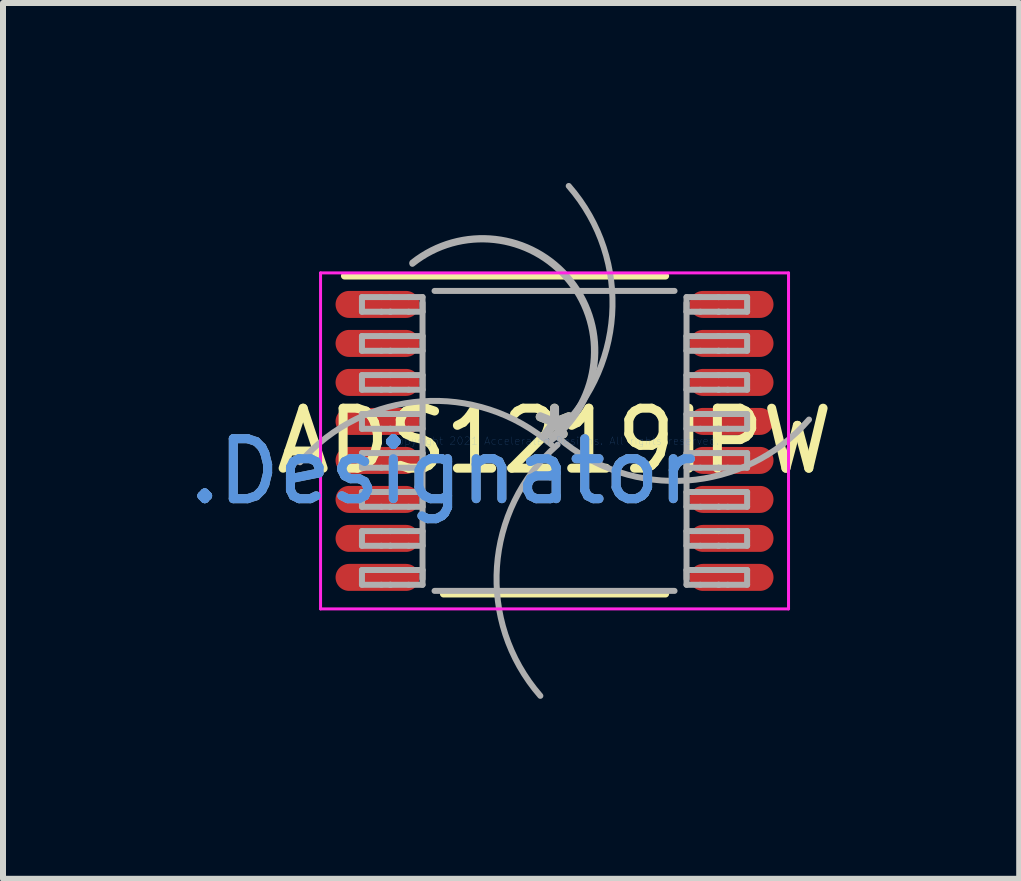
<source format=kicad_pcb>
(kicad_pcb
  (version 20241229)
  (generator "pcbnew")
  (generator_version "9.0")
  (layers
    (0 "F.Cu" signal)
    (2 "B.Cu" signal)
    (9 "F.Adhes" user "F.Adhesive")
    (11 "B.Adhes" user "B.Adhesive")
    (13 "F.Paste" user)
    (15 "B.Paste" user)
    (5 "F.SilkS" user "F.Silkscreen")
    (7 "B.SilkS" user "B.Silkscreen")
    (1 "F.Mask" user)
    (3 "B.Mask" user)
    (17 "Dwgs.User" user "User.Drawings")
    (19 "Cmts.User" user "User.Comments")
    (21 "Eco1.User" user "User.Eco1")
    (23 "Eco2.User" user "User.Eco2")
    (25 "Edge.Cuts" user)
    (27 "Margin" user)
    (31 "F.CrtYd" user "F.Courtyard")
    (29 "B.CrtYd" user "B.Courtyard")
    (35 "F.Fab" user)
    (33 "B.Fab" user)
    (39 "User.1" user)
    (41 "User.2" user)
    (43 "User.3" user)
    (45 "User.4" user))
  (footprint "ADS1219IPW"
    (layer "F.Cu")
    (at 6.193 4.299)
    (property "Reference" "ADS1219IPW" (at 0 0 0) (layer "F.SilkS") (effects (font (size 1 1) (thickness 0.15))))
    (attr through_hole)
    (fp_line (start -3.5 -2.75) (end 1.85 -2.75) (stroke (width 0.12) (type solid)) (layer "F.SilkS"))
    (fp_line (start -1.85 2.55) (end 1.85 2.55) (stroke (width 0.12) (type solid)) (layer "F.SilkS"))
    (fp_line (start -3.9 -2.8) (end 3.9 -2.8) (stroke (width 0.05) (type solid)) (layer "F.CrtYd"))
    (fp_line (start -3.9 2.8) (end -3.9 -2.8) (stroke (width 0.05) (type solid)) (layer "F.CrtYd"))
    (fp_line (start -3.9 2.8) (end 3.9 2.8) (stroke (width 0.05) (type solid)) (layer "F.CrtYd"))
    (fp_line (start 3.9 2.8) (end 3.9 -2.8) (stroke (width 0.05) (type solid)) (layer "F.CrtYd"))
    (fp_line (start -3.21 -2.397) (end -2.887 -2.397) (stroke (width 0.1) (type solid)) (layer "F.Fab"))
    (fp_line (start -3.21 -2.153) (end -3.21 -2.397) (stroke (width 0.1) (type solid)) (layer "F.Fab"))
    (fp_line (start -3.21 -2.153) (end -2.887 -2.153) (stroke (width 0.1) (type solid)) (layer "F.Fab"))
    (fp_line (start -3.21 -1.748) (end -2.887 -1.748) (stroke (width 0.1) (type solid)) (layer "F.Fab"))
    (fp_line (start -3.21 -1.502) (end -3.21 -1.748) (stroke (width 0.1) (type solid)) (layer "F.Fab"))
    (fp_line (start -3.21 -1.502) (end -2.887 -1.502) (stroke (width 0.1) (type solid)) (layer "F.Fab"))
    (fp_line (start -3.21 -1.097) (end -2.887 -1.097) (stroke (width 0.1) (type solid)) (layer "F.Fab"))
    (fp_line (start -3.21 -0.853) (end -3.21 -1.097) (stroke (width 0.1) (type solid)) (layer "F.Fab"))
    (fp_line (start -3.21 -0.853) (end -2.887 -0.853) (stroke (width 0.1) (type solid)) (layer "F.Fab"))
    (fp_line (start -3.21 -0.448) (end -2.887 -0.448) (stroke (width 0.1) (type solid)) (layer "F.Fab"))
    (fp_line (start -3.21 -0.202) (end -3.21 -0.448) (stroke (width 0.1) (type solid)) (layer "F.Fab"))
    (fp_line (start -3.21 -0.202) (end -2.887 -0.202) (stroke (width 0.1) (type solid)) (layer "F.Fab"))
    (fp_line (start -3.21 0.203) (end -2.887 0.203) (stroke (width 0.1) (type solid)) (layer "F.Fab"))
    (fp_line (start -3.21 0.447) (end -3.21 0.203) (stroke (width 0.1) (type solid)) (layer "F.Fab"))
    (fp_line (start -3.21 0.447) (end -2.887 0.447) (stroke (width 0.1) (type solid)) (layer "F.Fab"))
    (fp_line (start -3.21 0.852) (end -2.887 0.852) (stroke (width 0.1) (type solid)) (layer "F.Fab"))
    (fp_line (start -3.21 1.098) (end -3.21 0.852) (stroke (width 0.1) (type solid)) (layer "F.Fab"))
    (fp_line (start -3.21 1.098) (end -2.887 1.098) (stroke (width 0.1) (type solid)) (layer "F.Fab"))
    (fp_line (start -3.21 1.503) (end -2.887 1.503) (stroke (width 0.1) (type solid)) (layer "F.Fab"))
    (fp_line (start -3.21 1.748) (end -3.21 1.503) (stroke (width 0.1) (type solid)) (layer "F.Fab"))
    (fp_line (start -3.21 1.748) (end -2.887 1.748) (stroke (width 0.1) (type solid)) (layer "F.Fab"))
    (fp_line (start -3.21 2.152) (end -2.887 2.152) (stroke (width 0.1) (type solid)) (layer "F.Fab"))
    (fp_line (start -3.21 2.398) (end -3.21 2.152) (stroke (width 0.1) (type solid)) (layer "F.Fab"))
    (fp_line (start -3.21 2.398) (end -2.887 2.398) (stroke (width 0.1) (type solid)) (layer "F.Fab"))
    (fp_line (start -2.887 -2.397) (end -2.739 -2.397) (stroke (width 0.1) (type solid)) (layer "F.Fab"))
    (fp_line (start -2.887 -2.153) (end -2.739 -2.153) (stroke (width 0.1) (type solid)) (layer "F.Fab"))
    (fp_line (start -2.887 -1.748) (end -2.739 -1.748) (stroke (width 0.1) (type solid)) (layer "F.Fab"))
    (fp_line (start -2.887 -1.502) (end -2.739 -1.502) (stroke (width 0.1) (type solid)) (layer "F.Fab"))
    (fp_line (start -2.887 -1.097) (end -2.739 -1.097) (stroke (width 0.1) (type solid)) (layer "F.Fab"))
    (fp_line (start -2.887 -0.853) (end -2.739 -0.853) (stroke (width 0.1) (type solid)) (layer "F.Fab"))
    (fp_line (start -2.887 -0.448) (end -2.739 -0.448) (stroke (width 0.1) (type solid)) (layer "F.Fab"))
    (fp_line (start -2.887 -0.202) (end -2.739 -0.202) (stroke (width 0.1) (type solid)) (layer "F.Fab"))
    (fp_line (start -2.887 0.203) (end -2.739 0.203) (stroke (width 0.1) (type solid)) (layer "F.Fab"))
    (fp_line (start -2.887 0.447) (end -2.739 0.447) (stroke (width 0.1) (type solid)) (layer "F.Fab"))
    (fp_line (start -2.887 0.852) (end -2.739 0.852) (stroke (width 0.1) (type solid)) (layer "F.Fab"))
    (fp_line (start -2.887 1.098) (end -2.739 1.098) (stroke (width 0.1) (type solid)) (layer "F.Fab"))
    (fp_line (start -2.887 1.503) (end -2.739 1.503) (stroke (width 0.1) (type solid)) (layer "F.Fab"))
    (fp_line (start -2.887 1.748) (end -2.739 1.748) (stroke (width 0.1) (type solid)) (layer "F.Fab"))
    (fp_line (start -2.887 2.152) (end -2.739 2.152) (stroke (width 0.1) (type solid)) (layer "F.Fab"))
    (fp_line (start -2.887 2.398) (end -2.739 2.398) (stroke (width 0.1) (type solid)) (layer "F.Fab"))
    (fp_line (start -2.739 -2.397) (end -2.733 -2.397) (stroke (width 0.1) (type solid)) (layer "F.Fab"))
    (fp_line (start -2.739 -2.153) (end -2.733 -2.153) (stroke (width 0.1) (type solid)) (layer "F.Fab"))
    (fp_line (start -2.739 -1.748) (end -2.733 -1.748) (stroke (width 0.1) (type solid)) (layer "F.Fab"))
    (fp_line (start -2.739 -1.502) (end -2.733 -1.502) (stroke (width 0.1) (type solid)) (layer "F.Fab"))
    (fp_line (start -2.739 -1.097) (end -2.733 -1.097) (stroke (width 0.1) (type solid)) (layer "F.Fab"))
    (fp_line (start -2.739 -0.853) (end -2.733 -0.853) (stroke (width 0.1) (type solid)) (layer "F.Fab"))
    (fp_line (start -2.739 -0.448) (end -2.733 -0.448) (stroke (width 0.1) (type solid)) (layer "F.Fab"))
    (fp_line (start -2.739 -0.202) (end -2.733 -0.202) (stroke (width 0.1) (type solid)) (layer "F.Fab"))
    (fp_line (start -2.739 0.203) (end -2.733 0.203) (stroke (width 0.1) (type solid)) (layer "F.Fab"))
    (fp_line (start -2.739 0.447) (end -2.733 0.447) (stroke (width 0.1) (type solid)) (layer "F.Fab"))
    (fp_line (start -2.739 0.852) (end -2.733 0.852) (stroke (width 0.1) (type solid)) (layer "F.Fab"))
    (fp_line (start -2.739 1.098) (end -2.733 1.098) (stroke (width 0.1) (type solid)) (layer "F.Fab"))
    (fp_line (start -2.739 1.503) (end -2.733 1.503) (stroke (width 0.1) (type solid)) (layer "F.Fab"))
    (fp_line (start -2.739 1.748) (end -2.733 1.748) (stroke (width 0.1) (type solid)) (layer "F.Fab"))
    (fp_line (start -2.739 2.152) (end -2.733 2.152) (stroke (width 0.1) (type solid)) (layer "F.Fab"))
    (fp_line (start -2.739 2.398) (end -2.733 2.398) (stroke (width 0.1) (type solid)) (layer "F.Fab"))
    (fp_line (start -2.733 -2.397) (end -2.431 -2.397) (stroke (width 0.1) (type solid)) (layer "F.Fab"))
    (fp_line (start -2.733 -2.153) (end -2.431 -2.153) (stroke (width 0.1) (type solid)) (layer "F.Fab"))
    (fp_line (start -2.733 -1.748) (end -2.431 -1.748) (stroke (width 0.1) (type solid)) (layer "F.Fab"))
    (fp_line (start -2.733 -1.502) (end -2.431 -1.502) (stroke (width 0.1) (type solid)) (layer "F.Fab"))
    (fp_line (start -2.733 -1.097) (end -2.431 -1.097) (stroke (width 0.1) (type solid)) (layer "F.Fab"))
    (fp_line (start -2.733 -0.853) (end -2.431 -0.853) (stroke (width 0.1) (type solid)) (layer "F.Fab"))
    (fp_line (start -2.733 -0.448) (end -2.431 -0.448) (stroke (width 0.1) (type solid)) (layer "F.Fab"))
    (fp_line (start -2.733 -0.202) (end -2.431 -0.202) (stroke (width 0.1) (type solid)) (layer "F.Fab"))
    (fp_line (start -2.733 0.203) (end -2.431 0.203) (stroke (width 0.1) (type solid)) (layer "F.Fab"))
    (fp_line (start -2.733 0.447) (end -2.431 0.447) (stroke (width 0.1) (type solid)) (layer "F.Fab"))
    (fp_line (start -2.733 0.852) (end -2.431 0.852) (stroke (width 0.1) (type solid)) (layer "F.Fab"))
    (fp_line (start -2.733 1.098) (end -2.431 1.098) (stroke (width 0.1) (type solid)) (layer "F.Fab"))
    (fp_line (start -2.733 1.503) (end -2.431 1.503) (stroke (width 0.1) (type solid)) (layer "F.Fab"))
    (fp_line (start -2.733 1.748) (end -2.431 1.748) (stroke (width 0.1) (type solid)) (layer "F.Fab"))
    (fp_line (start -2.733 2.152) (end -2.431 2.152) (stroke (width 0.1) (type solid)) (layer "F.Fab"))
    (fp_line (start -2.733 2.398) (end -2.431 2.398) (stroke (width 0.1) (type solid)) (layer "F.Fab"))
    (fp_line (start -2.431 -2.397) (end -2.2 -2.397) (stroke (width 0.1) (type solid)) (layer "F.Fab"))
    (fp_line (start -2.431 -2.153) (end -2.2 -2.153) (stroke (width 0.1) (type solid)) (layer "F.Fab"))
    (fp_line (start -2.431 -1.748) (end -2.2 -1.748) (stroke (width 0.1) (type solid)) (layer "F.Fab"))
    (fp_line (start -2.431 -1.502) (end -2.2 -1.502) (stroke (width 0.1) (type solid)) (layer "F.Fab"))
    (fp_line (start -2.431 -1.097) (end -2.2 -1.097) (stroke (width 0.1) (type solid)) (layer "F.Fab"))
    (fp_line (start -2.431 -0.853) (end -2.2 -0.853) (stroke (width 0.1) (type solid)) (layer "F.Fab"))
    (fp_line (start -2.431 -0.448) (end -2.2 -0.448) (stroke (width 0.1) (type solid)) (layer "F.Fab"))
    (fp_line (start -2.431 -0.202) (end -2.2 -0.202) (stroke (width 0.1) (type solid)) (layer "F.Fab"))
    (fp_line (start -2.431 0.203) (end -2.2 0.203) (stroke (width 0.1) (type solid)) (layer "F.Fab"))
    (fp_line (start -2.431 0.447) (end -2.2 0.447) (stroke (width 0.1) (type solid)) (layer "F.Fab"))
    (fp_line (start -2.431 0.852) (end -2.2 0.852) (stroke (width 0.1) (type solid)) (layer "F.Fab"))
    (fp_line (start -2.431 1.098) (end -2.2 1.098) (stroke (width 0.1) (type solid)) (layer "F.Fab"))
    (fp_line (start -2.431 1.503) (end -2.2 1.503) (stroke (width 0.1) (type solid)) (layer "F.Fab"))
    (fp_line (start -2.431 1.748) (end -2.2 1.748) (stroke (width 0.1) (type solid)) (layer "F.Fab"))
    (fp_line (start -2.431 2.152) (end -2.2 2.152) (stroke (width 0.1) (type solid)) (layer "F.Fab"))
    (fp_line (start -2.431 2.398) (end -2.2 2.398) (stroke (width 0.1) (type solid)) (layer "F.Fab"))
    (fp_line (start -2.2 -2.153) (end -2.2 -2.397) (stroke (width 0.1) (type solid)) (layer "F.Fab"))
    (fp_line (start -2.2 -1.502) (end -2.2 -1.748) (stroke (width 0.1) (type solid)) (layer "F.Fab"))
    (fp_line (start -2.2 -0.853) (end -2.2 -1.097) (stroke (width 0.1) (type solid)) (layer "F.Fab"))
    (fp_line (start -2.2 -0.202) (end -2.2 -0.448) (stroke (width 0.1) (type solid)) (layer "F.Fab"))
    (fp_line (start -2.2 0.447) (end -2.2 0.203) (stroke (width 0.1) (type solid)) (layer "F.Fab"))
    (fp_line (start -2.2 1.098) (end -2.2 0.852) (stroke (width 0.1) (type solid)) (layer "F.Fab"))
    (fp_line (start -2.2 1.748) (end -2.2 1.503) (stroke (width 0.1) (type solid)) (layer "F.Fab"))
    (fp_line (start -2.2 2.3) (end -2.2 -2.3) (stroke (width 0.1) (type solid)) (layer "F.Fab"))
    (fp_line (start -2.2 2.398) (end -2.2 2.152) (stroke (width 0.1) (type solid)) (layer "F.Fab"))
    (fp_line (start -2 -2.5) (end 2 -2.5) (stroke (width 0.1) (type solid)) (layer "F.Fab"))
    (fp_line (start -2 2.5) (end 2 2.5) (stroke (width 0.1) (type solid)) (layer "F.Fab"))
    (fp_line (start 2.2 -2.397) (end 2.43 -2.397) (stroke (width 0.1) (type solid)) (layer "F.Fab"))
    (fp_line (start 2.2 -2.153) (end 2.2 -2.397) (stroke (width 0.1) (type solid)) (layer "F.Fab"))
    (fp_line (start 2.2 -2.153) (end 2.43 -2.153) (stroke (width 0.1) (type solid)) (layer "F.Fab"))
    (fp_line (start 2.2 -1.748) (end 2.43 -1.748) (stroke (width 0.1) (type solid)) (layer "F.Fab"))
    (fp_line (start 2.2 -1.502) (end 2.2 -1.748) (stroke (width 0.1) (type solid)) (layer "F.Fab"))
    (fp_line (start 2.2 -1.502) (end 2.43 -1.502) (stroke (width 0.1) (type solid)) (layer "F.Fab"))
    (fp_line (start 2.2 -1.097) (end 2.43 -1.097) (stroke (width 0.1) (type solid)) (layer "F.Fab"))
    (fp_line (start 2.2 -0.853) (end 2.2 -1.097) (stroke (width 0.1) (type solid)) (layer "F.Fab"))
    (fp_line (start 2.2 -0.853) (end 2.43 -0.853) (stroke (width 0.1) (type solid)) (layer "F.Fab"))
    (fp_line (start 2.2 -0.448) (end 2.43 -0.448) (stroke (width 0.1) (type solid)) (layer "F.Fab"))
    (fp_line (start 2.2 -0.202) (end 2.2 -0.448) (stroke (width 0.1) (type solid)) (layer "F.Fab"))
    (fp_line (start 2.2 -0.202) (end 2.43 -0.202) (stroke (width 0.1) (type solid)) (layer "F.Fab"))
    (fp_line (start 2.2 0.203) (end 2.43 0.203) (stroke (width 0.1) (type solid)) (layer "F.Fab"))
    (fp_line (start 2.2 0.447) (end 2.2 0.203) (stroke (width 0.1) (type solid)) (layer "F.Fab"))
    (fp_line (start 2.2 0.447) (end 2.43 0.447) (stroke (width 0.1) (type solid)) (layer "F.Fab"))
    (fp_line (start 2.2 0.852) (end 2.43 0.852) (stroke (width 0.1) (type solid)) (layer "F.Fab"))
    (fp_line (start 2.2 1.098) (end 2.2 0.852) (stroke (width 0.1) (type solid)) (layer "F.Fab"))
    (fp_line (start 2.2 1.098) (end 2.43 1.098) (stroke (width 0.1) (type solid)) (layer "F.Fab"))
    (fp_line (start 2.2 1.503) (end 2.43 1.503) (stroke (width 0.1) (type solid)) (layer "F.Fab"))
    (fp_line (start 2.2 1.748) (end 2.2 1.503) (stroke (width 0.1) (type solid)) (layer "F.Fab"))
    (fp_line (start 2.2 1.748) (end 2.43 1.748) (stroke (width 0.1) (type solid)) (layer "F.Fab"))
    (fp_line (start 2.2 2.152) (end 2.43 2.152) (stroke (width 0.1) (type solid)) (layer "F.Fab"))
    (fp_line (start 2.2 2.3) (end 2.2 -2.3) (stroke (width 0.1) (type solid)) (layer "F.Fab"))
    (fp_line (start 2.2 2.398) (end 2.2 2.152) (stroke (width 0.1) (type solid)) (layer "F.Fab"))
    (fp_line (start 2.2 2.398) (end 2.43 2.398) (stroke (width 0.1) (type solid)) (layer "F.Fab"))
    (fp_line (start 2.43 -2.397) (end 2.733 -2.397) (stroke (width 0.1) (type solid)) (layer "F.Fab"))
    (fp_line (start 2.43 -2.153) (end 2.733 -2.153) (stroke (width 0.1) (type solid)) (layer "F.Fab"))
    (fp_line (start 2.43 -1.748) (end 2.733 -1.748) (stroke (width 0.1) (type solid)) (layer "F.Fab"))
    (fp_line (start 2.43 -1.502) (end 2.733 -1.502) (stroke (width 0.1) (type solid)) (layer "F.Fab"))
    (fp_line (start 2.43 -1.097) (end 2.733 -1.097) (stroke (width 0.1) (type solid)) (layer "F.Fab"))
    (fp_line (start 2.43 -0.853) (end 2.733 -0.853) (stroke (width 0.1) (type solid)) (layer "F.Fab"))
    (fp_line (start 2.43 -0.448) (end 2.733 -0.448) (stroke (width 0.1) (type solid)) (layer "F.Fab"))
    (fp_line (start 2.43 -0.202) (end 2.733 -0.202) (stroke (width 0.1) (type solid)) (layer "F.Fab"))
    (fp_line (start 2.43 0.203) (end 2.733 0.203) (stroke (width 0.1) (type solid)) (layer "F.Fab"))
    (fp_line (start 2.43 0.447) (end 2.733 0.447) (stroke (width 0.1) (type solid)) (layer "F.Fab"))
    (fp_line (start 2.43 0.852) (end 2.733 0.852) (stroke (width 0.1) (type solid)) (layer "F.Fab"))
    (fp_line (start 2.43 1.098) (end 2.733 1.098) (stroke (width 0.1) (type solid)) (layer "F.Fab"))
    (fp_line (start 2.43 1.503) (end 2.733 1.503) (stroke (width 0.1) (type solid)) (layer "F.Fab"))
    (fp_line (start 2.43 1.748) (end 2.733 1.748) (stroke (width 0.1) (type solid)) (layer "F.Fab"))
    (fp_line (start 2.43 2.152) (end 2.733 2.152) (stroke (width 0.1) (type solid)) (layer "F.Fab"))
    (fp_line (start 2.43 2.398) (end 2.733 2.398) (stroke (width 0.1) (type solid)) (layer "F.Fab"))
    (fp_line (start 2.733 -2.397) (end 2.739 -2.397) (stroke (width 0.1) (type solid)) (layer "F.Fab"))
    (fp_line (start 2.733 -2.153) (end 2.739 -2.153) (stroke (width 0.1) (type solid)) (layer "F.Fab"))
    (fp_line (start 2.733 -1.748) (end 2.739 -1.748) (stroke (width 0.1) (type solid)) (layer "F.Fab"))
    (fp_line (start 2.733 -1.502) (end 2.739 -1.502) (stroke (width 0.1) (type solid)) (layer "F.Fab"))
    (fp_line (start 2.733 -1.097) (end 2.739 -1.097) (stroke (width 0.1) (type solid)) (layer "F.Fab"))
    (fp_line (start 2.733 -0.853) (end 2.739 -0.853) (stroke (width 0.1) (type solid)) (layer "F.Fab"))
    (fp_line (start 2.733 -0.448) (end 2.739 -0.448) (stroke (width 0.1) (type solid)) (layer "F.Fab"))
    (fp_line (start 2.733 -0.202) (end 2.739 -0.202) (stroke (width 0.1) (type solid)) (layer "F.Fab"))
    (fp_line (start 2.733 0.203) (end 2.739 0.203) (stroke (width 0.1) (type solid)) (layer "F.Fab"))
    (fp_line (start 2.733 0.447) (end 2.739 0.447) (stroke (width 0.1) (type solid)) (layer "F.Fab"))
    (fp_line (start 2.733 0.852) (end 2.739 0.852) (stroke (width 0.1) (type solid)) (layer "F.Fab"))
    (fp_line (start 2.733 1.098) (end 2.739 1.098) (stroke (width 0.1) (type solid)) (layer "F.Fab"))
    (fp_line (start 2.733 1.503) (end 2.739 1.503) (stroke (width 0.1) (type solid)) (layer "F.Fab"))
    (fp_line (start 2.733 1.748) (end 2.739 1.748) (stroke (width 0.1) (type solid)) (layer "F.Fab"))
    (fp_line (start 2.733 2.152) (end 2.739 2.152) (stroke (width 0.1) (type solid)) (layer "F.Fab"))
    (fp_line (start 2.733 2.398) (end 2.739 2.398) (stroke (width 0.1) (type solid)) (layer "F.Fab"))
    (fp_line (start 2.739 -2.397) (end 2.887 -2.397) (stroke (width 0.1) (type solid)) (layer "F.Fab"))
    (fp_line (start 2.739 -2.153) (end 2.887 -2.153) (stroke (width 0.1) (type solid)) (layer "F.Fab"))
    (fp_line (start 2.739 -1.748) (end 2.887 -1.748) (stroke (width 0.1) (type solid)) (layer "F.Fab"))
    (fp_line (start 2.739 -1.502) (end 2.887 -1.502) (stroke (width 0.1) (type solid)) (layer "F.Fab"))
    (fp_line (start 2.739 -1.097) (end 2.887 -1.097) (stroke (width 0.1) (type solid)) (layer "F.Fab"))
    (fp_line (start 2.739 -0.853) (end 2.887 -0.853) (stroke (width 0.1) (type solid)) (layer "F.Fab"))
    (fp_line (start 2.739 -0.448) (end 2.887 -0.448) (stroke (width 0.1) (type solid)) (layer "F.Fab"))
    (fp_line (start 2.739 -0.202) (end 2.887 -0.202) (stroke (width 0.1) (type solid)) (layer "F.Fab"))
    (fp_line (start 2.739 0.203) (end 2.887 0.203) (stroke (width 0.1) (type solid)) (layer "F.Fab"))
    (fp_line (start 2.739 0.447) (end 2.887 0.447) (stroke (width 0.1) (type solid)) (layer "F.Fab"))
    (fp_line (start 2.739 0.852) (end 2.887 0.852) (stroke (width 0.1) (type solid)) (layer "F.Fab"))
    (fp_line (start 2.739 1.098) (end 2.887 1.098) (stroke (width 0.1) (type solid)) (layer "F.Fab"))
    (fp_line (start 2.739 1.503) (end 2.887 1.503) (stroke (width 0.1) (type solid)) (layer "F.Fab"))
    (fp_line (start 2.739 1.748) (end 2.887 1.748) (stroke (width 0.1) (type solid)) (layer "F.Fab"))
    (fp_line (start 2.739 2.152) (end 2.887 2.152) (stroke (width 0.1) (type solid)) (layer "F.Fab"))
    (fp_line (start 2.739 2.398) (end 2.887 2.398) (stroke (width 0.1) (type solid)) (layer "F.Fab"))
    (fp_line (start 2.887 -2.397) (end 3.21 -2.397) (stroke (width 0.1) (type solid)) (layer "F.Fab"))
    (fp_line (start 2.887 -2.153) (end 3.21 -2.153) (stroke (width 0.1) (type solid)) (layer "F.Fab"))
    (fp_line (start 2.887 -1.748) (end 3.21 -1.748) (stroke (width 0.1) (type solid)) (layer "F.Fab"))
    (fp_line (start 2.887 -1.502) (end 3.21 -1.502) (stroke (width 0.1) (type solid)) (layer "F.Fab"))
    (fp_line (start 2.887 -1.097) (end 3.21 -1.097) (stroke (width 0.1) (type solid)) (layer "F.Fab"))
    (fp_line (start 2.887 -0.853) (end 3.21 -0.853) (stroke (width 0.1) (type solid)) (layer "F.Fab"))
    (fp_line (start 2.887 -0.448) (end 3.21 -0.448) (stroke (width 0.1) (type solid)) (layer "F.Fab"))
    (fp_line (start 2.887 -0.202) (end 3.21 -0.202) (stroke (width 0.1) (type solid)) (layer "F.Fab"))
    (fp_line (start 2.887 0.203) (end 3.21 0.203) (stroke (width 0.1) (type solid)) (layer "F.Fab"))
    (fp_line (start 2.887 0.447) (end 3.21 0.447) (stroke (width 0.1) (type solid)) (layer "F.Fab"))
    (fp_line (start 2.887 0.852) (end 3.21 0.852) (stroke (width 0.1) (type solid)) (layer "F.Fab"))
    (fp_line (start 2.887 1.098) (end 3.21 1.098) (stroke (width 0.1) (type solid)) (layer "F.Fab"))
    (fp_line (start 2.887 1.503) (end 3.21 1.503) (stroke (width 0.1) (type solid)) (layer "F.Fab"))
    (fp_line (start 2.887 1.748) (end 3.21 1.748) (stroke (width 0.1) (type solid)) (layer "F.Fab"))
    (fp_line (start 2.887 2.152) (end 3.21 2.152) (stroke (width 0.1) (type solid)) (layer "F.Fab"))
    (fp_line (start 2.887 2.398) (end 3.21 2.398) (stroke (width 0.1) (type solid)) (layer "F.Fab"))
    (fp_line (start 3.21 -2.153) (end 3.21 -2.397) (stroke (width 0.1) (type solid)) (layer "F.Fab"))
    (fp_line (start 3.21 -1.502) (end 3.21 -1.748) (stroke (width 0.1) (type solid)) (layer "F.Fab"))
    (fp_line (start 3.21 -0.853) (end 3.21 -1.097) (stroke (width 0.1) (type solid)) (layer "F.Fab"))
    (fp_line (start 3.21 -0.202) (end 3.21 -0.448) (stroke (width 0.1) (type solid)) (layer "F.Fab"))
    (fp_line (start 3.21 0.447) (end 3.21 0.203) (stroke (width 0.1) (type solid)) (layer "F.Fab"))
    (fp_line (start 3.21 1.098) (end 3.21 0.852) (stroke (width 0.1) (type solid)) (layer "F.Fab"))
    (fp_line (start 3.21 1.748) (end 3.21 1.503) (stroke (width 0.1) (type solid)) (layer "F.Fab"))
    (fp_line (start 3.21 2.398) (end 3.21 2.152) (stroke (width 0.1) (type solid)) (layer "F.Fab"))
    (fp_arc (start -4.2416 0.355899) (mid -2.21035 -0.659732) (end -0.05588 0.05842) (stroke (width 0.1) (type solid)) (layer "F.Fab"))
    (fp_arc (start -2.369526 -2.972064) (mid 0.272059 -2.669525) (end -0.03048 -0.02794) (stroke (width 0.1) (type solid)) (layer "F.Fab"))
    (fp_arc (start -2.369526 -2.951744) (mid 0.251739 -2.669525) (end -0.03048 -0.04826) (stroke (width 0.1) (type solid)) (layer "F.Fab"))
    (fp_arc (start -0.236525 4.249207) (mid -0.959751 2.096847) (end 0.0508 0.0635) (stroke (width 0.1) (type solid)) (layer "F.Fab"))
    (fp_arc (start 0.236496 -4.249205) (mid 0.959737 -2.096851) (end -0.0508 -0.0635) (stroke (width 0.1) (type solid)) (layer "F.Fab"))
    (fp_arc (start 4.241571 -0.355889) (mid 2.210333 0.65973) (end 0.05588 -0.05842) (stroke (width 0.1) (type solid)) (layer "F.Fab"))
    (fp_text user "*" (at 0 0 0) (layer "F.SilkS") (effects (font (size 1 1) (thickness 0.15))))
    (fp_text user "Copyright 2021 Accelerated Designs. All rights reserved." (at 0 0 0) (layer "Cmts.User") (effects (font (size 0.127 0.127) (thickness 0.002))))
    (fp_text user ".Designator" (at -1.854 0.508 0) (layer "Cmts.User") (effects (font (size 1 1) (thickness 0.15))))
    (fp_text user ".Designator" (at -1.854 0.508 0) (layer "F.Fab") (effects (font (size 1 1) (thickness 0.15))))
    (fp_text user "*" (at 0 0 0) (layer "F.Fab") (effects (font (size 1 1) (thickness 0.15))))
    (pad "1" smd oval (at -2.95 -2.275 90) (size 0.45 1.4) (layers "F.Cu" "F.Mask" "F.Paste"))
    (pad "2" smd oval (at -2.95 -1.625 90) (size 0.45 1.4) (layers "F.Cu" "F.Mask" "F.Paste"))
    (pad "3" smd oval (at -2.95 -0.975 90) (size 0.45 1.4) (layers "F.Cu" "F.Mask" "F.Paste"))
    (pad "4" smd oval (at -2.95 -0.325 90) (size 0.45 1.4) (layers "F.Cu" "F.Mask" "F.Paste"))
    (pad "5" smd oval (at -2.95 0.325 90) (size 0.45 1.4) (layers "F.Cu" "F.Mask" "F.Paste"))
    (pad "6" smd oval (at -2.95 0.975 90) (size 0.45 1.4) (layers "F.Cu" "F.Mask" "F.Paste"))
    (pad "7" smd oval (at -2.95 1.625 90) (size 0.45 1.4) (layers "F.Cu" "F.Mask" "F.Paste"))
    (pad "8" smd oval (at -2.95 2.275 90) (size 0.45 1.4) (layers "F.Cu" "F.Mask" "F.Paste"))
    (pad "9" smd oval (at 2.95 2.275 90) (size 0.45 1.4) (layers "F.Cu" "F.Mask" "F.Paste"))
    (pad "10" smd oval (at 2.95 1.625 90) (size 0.45 1.4) (layers "F.Cu" "F.Mask" "F.Paste"))
    (pad "11" smd oval (at 2.95 0.975 90) (size 0.45 1.4) (layers "F.Cu" "F.Mask" "F.Paste"))
    (pad "12" smd oval (at 2.95 0.325 90) (size 0.45 1.4) (layers "F.Cu" "F.Mask" "F.Paste"))
    (pad "13" smd oval (at 2.95 -0.325 90) (size 0.45 1.4) (layers "F.Cu" "F.Mask" "F.Paste"))
    (pad "14" smd oval (at 2.95 -0.975 90) (size 0.45 1.4) (layers "F.Cu" "F.Mask" "F.Paste"))
    (pad "15" smd oval (at 2.95 -1.625 90) (size 0.45 1.4) (layers "F.Cu" "F.Mask" "F.Paste"))
    (pad "16" smd oval (at 2.95 -2.275 90) (size 0.45 1.4) (layers "F.Cu" "F.Mask" "F.Paste")))
  (gr_rect
    (start -3 -3)
    (end 13.938 11.598)
    (stroke (width 0.1) (type default))
    (fill no)
    (layer "Edge.Cuts")))
</source>
